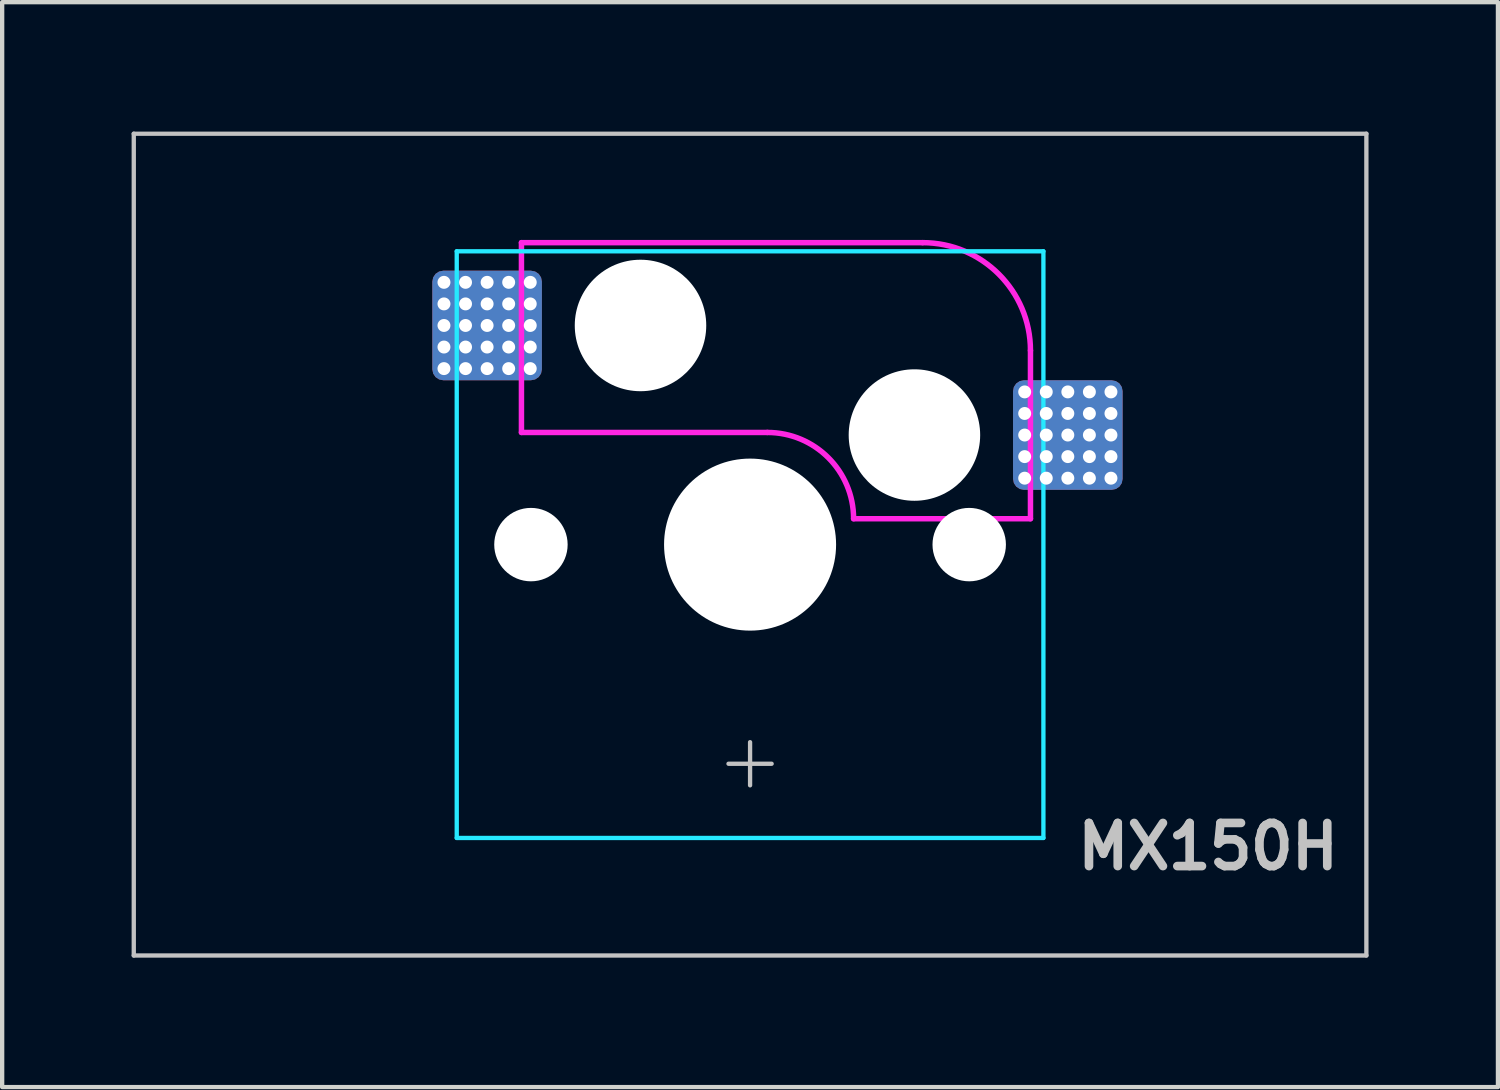
<source format=kicad_pcb>
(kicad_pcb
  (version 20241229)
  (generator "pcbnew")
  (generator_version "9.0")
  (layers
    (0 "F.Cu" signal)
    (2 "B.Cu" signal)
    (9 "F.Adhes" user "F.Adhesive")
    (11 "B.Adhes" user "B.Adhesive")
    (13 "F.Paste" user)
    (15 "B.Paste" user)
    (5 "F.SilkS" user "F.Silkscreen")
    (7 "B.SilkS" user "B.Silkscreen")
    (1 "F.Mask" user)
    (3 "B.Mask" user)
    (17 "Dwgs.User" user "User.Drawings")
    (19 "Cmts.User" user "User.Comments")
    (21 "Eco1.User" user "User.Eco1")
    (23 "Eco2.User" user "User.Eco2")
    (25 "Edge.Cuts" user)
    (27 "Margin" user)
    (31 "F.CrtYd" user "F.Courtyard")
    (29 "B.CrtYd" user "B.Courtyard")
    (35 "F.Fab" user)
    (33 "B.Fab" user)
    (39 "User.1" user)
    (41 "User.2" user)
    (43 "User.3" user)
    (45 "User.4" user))
  (footprint "MX150H"
    (layer "F.Cu")
    (at 14.338 9.575)
    (property "Reference" "MX150H" (at 13.75 7 0) (layer "Dwgs.User") (effects (font (size 1 1) (thickness 0.2)) (justify right)))
    (attr smd)
    (fp_line (start -14.287 -9.525) (end -14.287 9.525) (stroke (width 0.1) (type solid)) (layer "Dwgs.User"))
    (fp_line (start -14.287 -9.525) (end 14.287 -9.525) (stroke (width 0.1) (type solid)) (layer "Dwgs.User"))
    (fp_line (start -14.287 9.525) (end 14.287 9.525) (stroke (width 0.1) (type solid)) (layer "Dwgs.User"))
    (fp_line (start -0.5 5.08) (end 0.5 5.08) (stroke (width 0.1) (type solid)) (layer "Dwgs.User"))
    (fp_line (start 0 4.58) (end 0 5.58) (stroke (width 0.1) (type solid)) (layer "Dwgs.User"))
    (fp_line (start 14.287 9.525) (end 14.287 -9.525) (stroke (width 0.1) (type solid)) (layer "Dwgs.User"))
    (fp_line (start -7 -6.5) (end -7 6.5) (stroke (width 0.1) (type solid)) (layer "Eco1.User"))
    (fp_line (start -6.5 7) (end 6.5 7) (stroke (width 0.1) (type solid)) (layer "Eco1.User"))
    (fp_line (start 6.5 -7) (end -6.5 -7) (stroke (width 0.1) (type solid)) (layer "Eco1.User"))
    (fp_line (start 7 6.5) (end 7 -6.5) (stroke (width 0.1) (type solid)) (layer "Eco1.User"))
    (fp_arc (start -7 -6.5) (mid -6.853553 -6.853553) (end -6.5 -7) (stroke (width 0.1) (type solid)) (layer "Eco1.User"))
    (fp_arc (start -6.5 7) (mid -6.853553 6.853553) (end -7 6.5) (stroke (width 0.1) (type solid)) (layer "Eco1.User"))
    (fp_arc (start 6.5 -7) (mid 6.853553 -6.853553) (end 7 -6.5) (stroke (width 0.1) (type solid)) (layer "Eco1.User"))
    (fp_arc (start 7 6.5) (mid 6.853553 6.853553) (end 6.5 7) (stroke (width 0.1) (type solid)) (layer "Eco1.User"))
    (fp_line (start -6.8 -6.8) (end -6.8 6.8) (stroke (width 0.1) (type solid)) (layer "B.CrtYd"))
    (fp_line (start -6.8 -6.8) (end 6.8 -6.8) (stroke (width 0.1) (type solid)) (layer "B.CrtYd"))
    (fp_line (start -6.8 6.8) (end 6.8 6.8) (stroke (width 0.1) (type solid)) (layer "B.CrtYd"))
    (fp_line (start 6.8 -6.8) (end 6.8 6.8) (stroke (width 0.1) (type solid)) (layer "B.CrtYd"))
    (fp_line (start -5.3 -7) (end -5.3 -2.6) (stroke (width 0.127) (type solid)) (layer "F.CrtYd"))
    (fp_line (start -5.3 -7) (end 4 -7) (stroke (width 0.127) (type solid)) (layer "F.CrtYd"))
    (fp_line (start 0.4 -2.6) (end -5.3 -2.6) (stroke (width 0.127) (type solid)) (layer "F.CrtYd"))
    (fp_line (start 6.5 -4.5) (end 6.5 -0.6) (stroke (width 0.127) (type solid)) (layer "F.CrtYd"))
    (fp_line (start 6.5 -0.6) (end 2.4 -0.6) (stroke (width 0.127) (type solid)) (layer "F.CrtYd"))
    (fp_arc (start 0.4 -2.6) (mid 1.814214 -2.014214) (end 2.4 -0.6) (stroke (width 0.127) (type solid)) (layer "F.CrtYd"))
    (fp_arc (start 4 -7) (mid 5.767767 -6.267767) (end 6.5 -4.5) (stroke (width 0.127) (type solid)) (layer "F.CrtYd"))
    (pad "" np_thru_hole circle (at -5.08 0) (size 1.702 1.702) (drill 1.702) (layers "*.Cu" "*.Mask"))
    (pad "" np_thru_hole circle (at -2.54 -5.08) (size 3.048 3.048) (drill 3.048) (layers "*.Cu" "*.Mask"))
    (pad "" np_thru_hole circle (at 0 0) (size 3.988 3.988) (drill 3.988) (layers "*.Cu" "*.Mask"))
    (pad "" np_thru_hole circle (at 3.81 -2.54 90) (size 3.048 3.048) (drill 3.048) (layers "*.Cu" "*.Mask"))
    (pad "" np_thru_hole circle (at 5.08 0) (size 1.702 1.702) (drill 1.702) (layers "*.Cu" "*.Mask"))
    (pad "1" thru_hole circle (at -7.096 -6.08) (size 0.3 0.3) (drill 0.3) (layers "*.Cu" "F.Mask"))
    (pad "1" thru_hole circle (at -7.096 -5.58) (size 0.3 0.3) (drill 0.3) (layers "*.Cu" "F.Mask"))
    (pad "1" thru_hole circle (at -7.096 -5.08) (size 0.3 0.3) (drill 0.3) (layers "*.Cu" "F.Mask"))
    (pad "1" thru_hole circle (at -7.096 -4.58) (size 0.3 0.3) (drill 0.3) (layers "*.Cu" "F.Mask"))
    (pad "1" thru_hole circle (at -7.096 -4.08) (size 0.3 0.3) (drill 0.3) (layers "*.Cu" "F.Mask"))
    (pad "1" thru_hole circle (at -6.596 -6.08) (size 0.3 0.3) (drill 0.3) (layers "*.Cu" "F.Mask"))
    (pad "1" thru_hole circle (at -6.596 -5.58) (size 0.3 0.3) (drill 0.3) (layers "*.Cu" "F.Mask"))
    (pad "1" thru_hole circle (at -6.596 -5.08) (size 0.3 0.3) (drill 0.3) (layers "*.Cu" "F.Mask"))
    (pad "1" thru_hole circle (at -6.596 -4.58) (size 0.3 0.3) (drill 0.3) (layers "*.Cu" "F.Mask"))
    (pad "1" thru_hole circle (at -6.596 -4.08) (size 0.3 0.3) (drill 0.3) (layers "*.Cu" "F.Mask"))
    (pad "1" thru_hole circle (at -6.096 -6.08) (size 0.3 0.3) (drill 0.3) (layers "*.Cu" "F.Mask"))
    (pad "1" thru_hole circle (at -6.096 -5.58) (size 0.3 0.3) (drill 0.3) (layers "*.Cu" "F.Mask"))
    (pad "1" thru_hole circle (at -6.096 -5.08) (size 0.3 0.3) (drill 0.3) (layers "*.Cu" "F.Mask"))
    (pad "1" smd roundrect (at -6.096 -5.08) (size 2.54 2.54) (layers "F.Cu" "F.Mask") (roundrect_rratio 0.1))
    (pad "1" smd roundrect (at -6.096 -5.08) (size 2.54 2.54) (layers "B.Cu") (roundrect_rratio 0.1))
    (pad "1" thru_hole circle (at -6.096 -4.58) (size 0.3 0.3) (drill 0.3) (layers "*.Cu" "F.Mask"))
    (pad "1" thru_hole circle (at -6.096 -4.08) (size 0.3 0.3) (drill 0.3) (layers "*.Cu" "F.Mask"))
    (pad "1" thru_hole circle (at -5.596 -6.08) (size 0.3 0.3) (drill 0.3) (layers "*.Cu" "F.Mask"))
    (pad "1" thru_hole circle (at -5.596 -5.58) (size 0.3 0.3) (drill 0.3) (layers "*.Cu" "F.Mask"))
    (pad "1" thru_hole circle (at -5.596 -5.08) (size 0.3 0.3) (drill 0.3) (layers "*.Cu" "F.Mask"))
    (pad "1" thru_hole circle (at -5.596 -4.58) (size 0.3 0.3) (drill 0.3) (layers "*.Cu" "F.Mask"))
    (pad "1" thru_hole circle (at -5.596 -4.08) (size 0.3 0.3) (drill 0.3) (layers "*.Cu" "F.Mask"))
    (pad "1" thru_hole circle (at -5.096 -6.08) (size 0.3 0.3) (drill 0.3) (layers "*.Cu" "F.Mask"))
    (pad "1" thru_hole circle (at -5.096 -5.58) (size 0.3 0.3) (drill 0.3) (layers "*.Cu" "F.Mask"))
    (pad "1" thru_hole circle (at -5.096 -5.08) (size 0.3 0.3) (drill 0.3) (layers "*.Cu" "F.Mask"))
    (pad "1" thru_hole circle (at -5.096 -4.58) (size 0.3 0.3) (drill 0.3) (layers "*.Cu" "F.Mask"))
    (pad "1" thru_hole circle (at -5.096 -4.08) (size 0.3 0.3) (drill 0.3) (layers "*.Cu" "F.Mask"))
    (pad "2" thru_hole circle (at 6.366 -3.54) (size 0.3 0.3) (drill 0.3) (layers "*.Cu" "F.Mask"))
    (pad "2" thru_hole circle (at 6.366 -3.04) (size 0.3 0.3) (drill 0.3) (layers "*.Cu" "F.Mask"))
    (pad "2" thru_hole circle (at 6.366 -2.54) (size 0.3 0.3) (drill 0.3) (layers "*.Cu" "F.Mask"))
    (pad "2" thru_hole circle (at 6.366 -2.04) (size 0.3 0.3) (drill 0.3) (layers "*.Cu" "F.Mask"))
    (pad "2" thru_hole circle (at 6.366 -1.54) (size 0.3 0.3) (drill 0.3) (layers "*.Cu" "F.Mask"))
    (pad "2" thru_hole circle (at 6.866 -3.54) (size 0.3 0.3) (drill 0.3) (layers "*.Cu" "F.Mask"))
    (pad "2" thru_hole circle (at 6.866 -3.04) (size 0.3 0.3) (drill 0.3) (layers "*.Cu" "F.Mask"))
    (pad "2" thru_hole circle (at 6.866 -2.54) (size 0.3 0.3) (drill 0.3) (layers "*.Cu" "F.Mask"))
    (pad "2" thru_hole circle (at 6.866 -2.04) (size 0.3 0.3) (drill 0.3) (layers "*.Cu" "F.Mask"))
    (pad "2" thru_hole circle (at 6.866 -1.54) (size 0.3 0.3) (drill 0.3) (layers "*.Cu" "F.Mask"))
    (pad "2" thru_hole circle (at 7.366 -3.54) (size 0.3 0.3) (drill 0.3) (layers "*.Cu" "F.Mask"))
    (pad "2" thru_hole circle (at 7.366 -3.04) (size 0.3 0.3) (drill 0.3) (layers "*.Cu" "F.Mask"))
    (pad "2" thru_hole circle (at 7.366 -2.54) (size 0.3 0.3) (drill 0.3) (layers "*.Cu" "F.Mask"))
    (pad "2" smd roundrect (at 7.366 -2.54) (size 2.54 2.54) (layers "F.Cu" "F.Mask") (roundrect_rratio 0.1))
    (pad "2" smd roundrect (at 7.366 -2.54) (size 2.54 2.54) (layers "B.Cu") (roundrect_rratio 0.1))
    (pad "2" thru_hole circle (at 7.366 -2.04) (size 0.3 0.3) (drill 0.3) (layers "*.Cu" "F.Mask"))
    (pad "2" thru_hole circle (at 7.366 -1.54) (size 0.3 0.3) (drill 0.3) (layers "*.Cu" "F.Mask"))
    (pad "2" thru_hole circle (at 7.866 -3.54) (size 0.3 0.3) (drill 0.3) (layers "*.Cu" "F.Mask"))
    (pad "2" thru_hole circle (at 7.866 -3.04) (size 0.3 0.3) (drill 0.3) (layers "*.Cu" "F.Mask"))
    (pad "2" thru_hole circle (at 7.866 -2.54) (size 0.3 0.3) (drill 0.3) (layers "*.Cu" "F.Mask"))
    (pad "2" thru_hole circle (at 7.866 -2.04) (size 0.3 0.3) (drill 0.3) (layers "*.Cu" "F.Mask"))
    (pad "2" thru_hole circle (at 7.866 -1.54) (size 0.3 0.3) (drill 0.3) (layers "*.Cu" "F.Mask"))
    (pad "2" thru_hole circle (at 8.366 -3.54) (size 0.3 0.3) (drill 0.3) (layers "*.Cu" "F.Mask"))
    (pad "2" thru_hole circle (at 8.366 -3.04) (size 0.3 0.3) (drill 0.3) (layers "*.Cu" "F.Mask"))
    (pad "2" thru_hole circle (at 8.366 -2.54) (size 0.3 0.3) (drill 0.3) (layers "*.Cu" "F.Mask"))
    (pad "2" thru_hole circle (at 8.366 -2.04) (size 0.3 0.3) (drill 0.3) (layers "*.Cu" "F.Mask"))
    (pad "2" thru_hole circle (at 8.366 -1.54) (size 0.3 0.3) (drill 0.3) (layers "*.Cu" "F.Mask")))
  (gr_rect
    (start -3 -3)
    (end 31.675 22.15)
    (stroke (width 0.1) (type default))
    (fill no)
    (layer "Edge.Cuts")))
</source>
